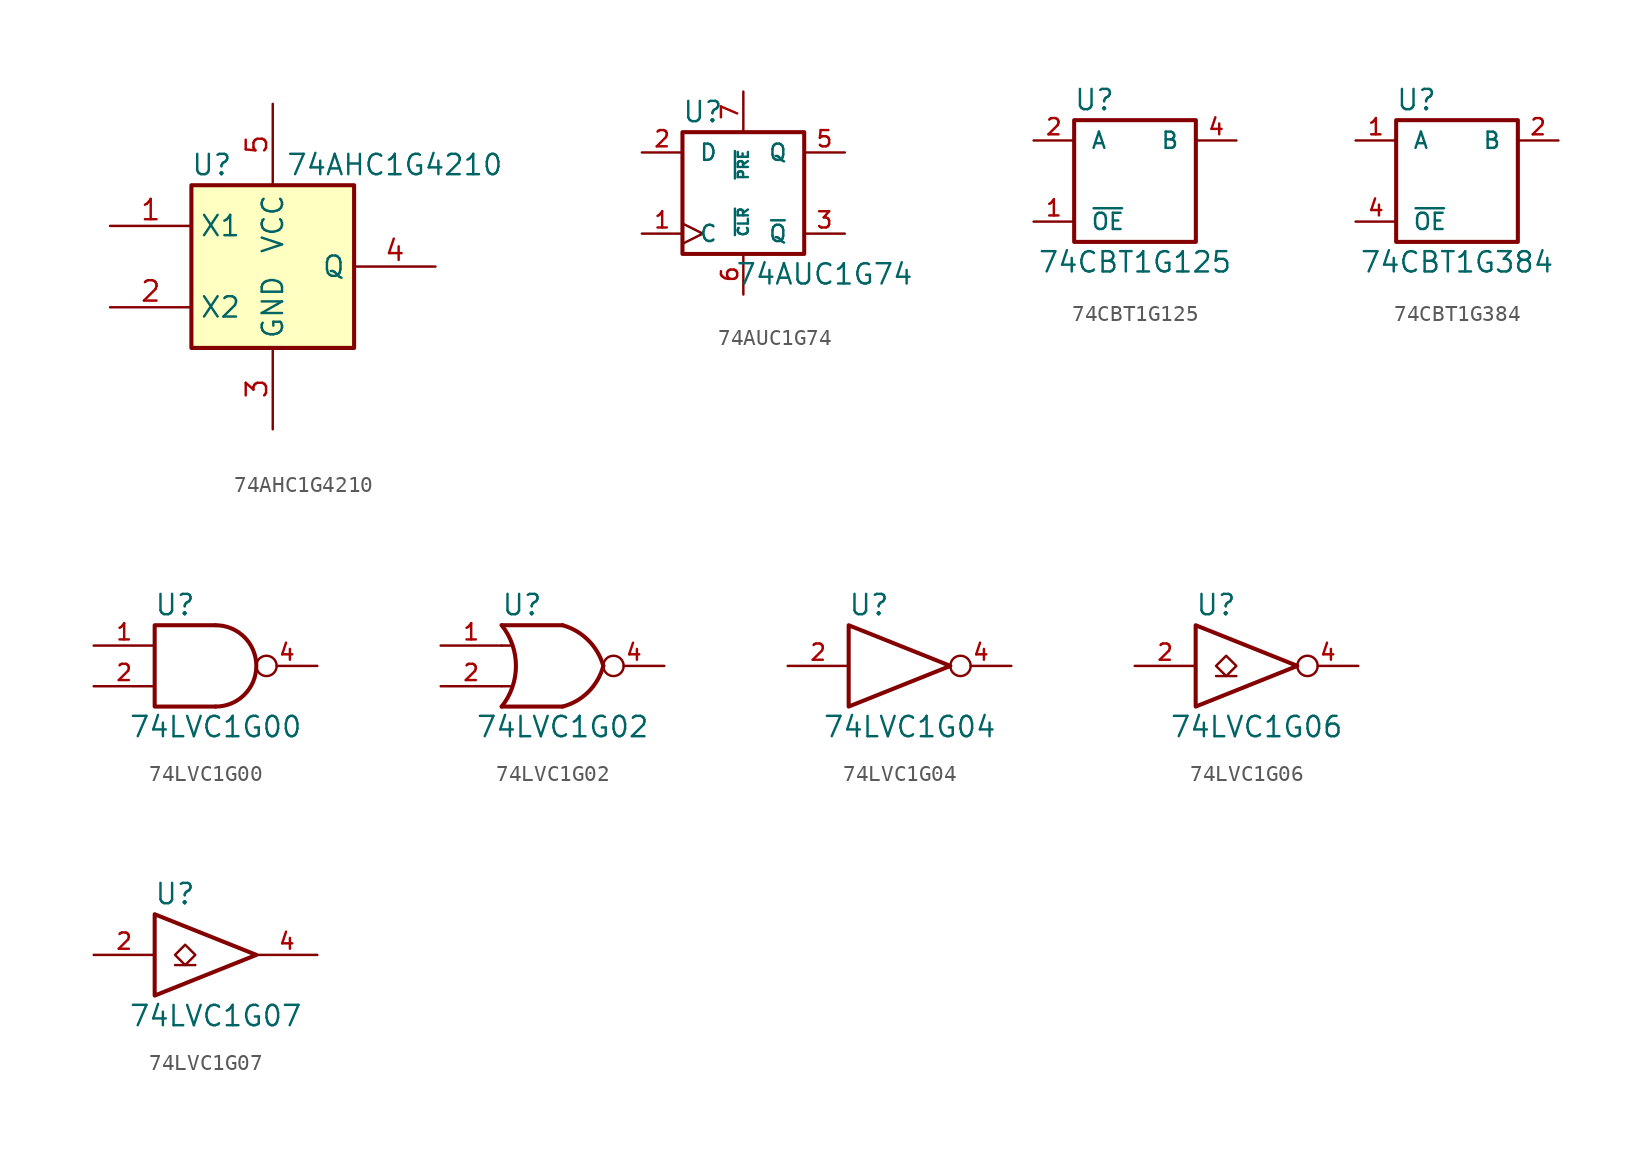
<source format=kicad_sym>
(kicad_symbol_lib
  (version 20201005)
  (generator kicad_symbol_editor)
  (symbol "74xGxx:74AHC1G4210"
    (property "Reference" "U"
      (at -3.81 6.35 0)
      (effects (font (size 1.27 1.27))))
    (property "Value" "74AHC1G4210"
      (at 7.62 6.35 0)
      (effects (font (size 1.27 1.27))))
    (symbol "74AHC1G4210_0_1"
      (rectangle (start -5.08 5.08) (end 5.08 -5.08) (stroke (width 0.254)) (fill (type background))))
    (symbol "74AHC1G4210_1_1"
      (pin input line (at -10.16 2.54 0) (length 5.08) (name "X1" (effects (font (size 1.27 1.27)))) (number "1" (effects (font (size 1.27 1.27)))))
      (pin input line (at -10.16 -2.54 0) (length 5.08) (name "X2" (effects (font (size 1.27 1.27)))) (number "2" (effects (font (size 1.27 1.27)))))
      (pin power_in line (at 0 -10.16 90) (length 5.08) (name "GND" (effects (font (size 1.27 1.27)))) (number "3" (effects (font (size 1.27 1.27)))))
      (pin output line (at 10.16 0 180) (length 5.08) (name "Q" (effects (font (size 1.27 1.27)))) (number "4" (effects (font (size 1.27 1.27)))))
      (pin power_in line (at 0 10.16 270) (length 5.08) (name "VCC" (effects (font (size 1.27 1.27)))) (number "5" (effects (font (size 1.27 1.27)))))))
  (symbol "74xGxx:74AUC1G74"
    (pin_names
      (offset 1.016))
    (property "Reference" "U"
      (at -2.54 5.08 0)
      (effects (font (size 1.27 1.27))))
    (property "Value" "74AUC1G74"
      (at 5.08 -5.08 0)
      (effects (font (size 1.27 1.27))))
    (symbol "74AUC1G74_0_1"
      (rectangle (start -3.81 3.81) (end 3.81 -3.81) (stroke (width 0.254)) (fill (type none))))
    (symbol "74AUC1G74_1_1"
      (pin input clock (at -6.35 -2.54 0) (length 2.54) (name "C" (effects (font (size 1.016 1.016)))) (number "1" (effects (font (size 1.016 1.016)))))
      (pin input line (at -6.35 2.54 0) (length 2.54) (name "D" (effects (font (size 1.016 1.016)))) (number "2" (effects (font (size 1.016 1.016)))))
      (pin output line (at 6.35 -2.54 180) (length 2.54) (name "~Q" (effects (font (size 1.016 1.016)))) (number "3" (effects (font (size 1.016 1.016)))))
      (pin power_in line (at -3.81 -3.81 270) (length 0) hide (name "GND" (effects (font (size 1.016 1.016)))) (number "4" (effects (font (size 1.016 1.016)))))
      (pin output line (at 6.35 2.54 180) (length 2.54) (name "Q" (effects (font (size 1.016 1.016)))) (number "5" (effects (font (size 1.016 1.016)))))
      (pin input line (at 0 -6.35 90) (length 2.54) (name "~CLR" (effects (font (size 0.635 0.635)))) (number "6" (effects (font (size 1.016 1.016)))))
      (pin input line (at 0 6.35 270) (length 2.54) (name "~PRE" (effects (font (size 0.635 0.635)))) (number "7" (effects (font (size 1.016 1.016)))))
      (pin power_in line (at -3.81 3.81 90) (length 0) hide (name "VCC" (effects (font (size 1.016 1.016)))) (number "8" (effects (font (size 1.016 1.016)))))))
  (symbol "74xGxx:74CBT1G125"
    (pin_names
      (offset 1.016))
    (property "Reference" "U"
      (at -2.54 5.08 0)
      (effects (font (size 1.27 1.27))))
    (property "Value" "74CBT1G125"
      (at 0 -5.08 0)
      (effects (font (size 1.27 1.27))))
    (symbol "74CBT1G125_0_1"
      (rectangle (start -3.81 3.81) (end 3.81 -3.81) (stroke (width 0.254)) (fill (type none))))
    (symbol "74CBT1G125_1_1"
      (pin input line (at -6.35 -2.54 0) (length 2.54) (name "~OE" (effects (font (size 1.016 1.016)))) (number "1" (effects (font (size 1.016 1.016)))))
      (pin input line (at -6.35 2.54 0) (length 2.54) (name "A" (effects (font (size 1.016 1.016)))) (number "2" (effects (font (size 1.016 1.016)))))
      (pin power_in line (at 0 -3.81 270) (length 0) hide (name "GND" (effects (font (size 1.016 1.016)))) (number "3" (effects (font (size 1.016 1.016)))))
      (pin tri_state line (at 6.35 2.54 180) (length 2.54) (name "B" (effects (font (size 1.016 1.016)))) (number "4" (effects (font (size 1.016 1.016)))))
      (pin power_in line (at 0 3.81 90) (length 0) hide (name "VCC" (effects (font (size 1.016 1.016)))) (number "5" (effects (font (size 1.016 1.016)))))))
  (symbol "74xGxx:74CBT1G384"
    (pin_names
      (offset 1.016))
    (property "Reference" "U"
      (at -2.54 5.08 0)
      (effects (font (size 1.27 1.27))))
    (property "Value" "74CBT1G384"
      (at 0 -5.08 0)
      (effects (font (size 1.27 1.27))))
    (symbol "74CBT1G384_0_1"
      (rectangle (start -3.81 3.81) (end 3.81 -3.81) (stroke (width 0.254)) (fill (type none))))
    (symbol "74CBT1G384_1_1"
      (pin input line (at -6.35 2.54 0) (length 2.54) (name "A" (effects (font (size 1.016 1.016)))) (number "1" (effects (font (size 1.016 1.016)))))
      (pin tri_state line (at 6.35 2.54 180) (length 2.54) (name "B" (effects (font (size 1.016 1.016)))) (number "2" (effects (font (size 1.016 1.016)))))
      (pin power_in line (at 0 -3.81 270) (length 0) hide (name "GND" (effects (font (size 1.016 1.016)))) (number "3" (effects (font (size 1.016 1.016)))))
      (pin input line (at -6.35 -2.54 0) (length 2.54) (name "~OE" (effects (font (size 1.016 1.016)))) (number "4" (effects (font (size 1.016 1.016)))))
      (pin power_in line (at 0 3.81 90) (length 0) hide (name "VCC" (effects (font (size 1.016 1.016)))) (number "5" (effects (font (size 1.016 1.016)))))))
  (symbol "74xGxx:74LVC1G00"
    (pin_names
      (offset 1.016))
    (property "Reference" "U"
      (at -2.54 3.81 0)
      (effects (font (size 1.27 1.27))))
    (property "Value" "74LVC1G00"
      (at 0 -3.81 0)
      (effects (font (size 1.27 1.27))))
    (symbol "74LVC1G00_0_1"
      (arc (start 0 -2.54) (end 0 2.54) (radius (at 0 0) (length 2.54) (angles -89.9 89.9)) (stroke (width 0.254)) (fill (type none)))
      (polyline (pts (xy 0 -2.54) (xy -3.81 -2.54) (xy -3.81 2.54) (xy 0 2.54)) (stroke (width 0.254)) (fill (type none))))
    (symbol "74LVC1G00_1_1"
      (pin input line (at -7.62 1.27 0) (length 3.81) (name "~" (effects (font (size 1.016 1.016)))) (number "1" (effects (font (size 1.016 1.016)))))
      (pin input line (at -7.62 -1.27 0) (length 3.81) (name "~" (effects (font (size 1.016 1.016)))) (number "2" (effects (font (size 1.016 1.016)))))
      (pin power_in line (at 0 -2.54 270) (length 0) hide (name "GND" (effects (font (size 1.016 1.016)))) (number "3" (effects (font (size 1.016 1.016)))))
      (pin output inverted (at 6.35 0 180) (length 3.81) (name "~" (effects (font (size 1.016 1.016)))) (number "4" (effects (font (size 1.016 1.016)))))
      (pin power_in line (at 0 2.54 90) (length 0) hide (name "VCC" (effects (font (size 1.016 1.016)))) (number "5" (effects (font (size 1.016 1.016)))))))
  (symbol "74xGxx:74LVC1G02"
    (pin_names
      (offset 1.016))
    (property "Reference" "U"
      (at -2.54 3.81 0)
      (effects (font (size 1.27 1.27))))
    (property "Value" "74LVC1G02"
      (at 0 -3.81 0)
      (effects (font (size 1.27 1.27))))
    (symbol "74LVC1G02_0_1"
      (arc (start -3.81 2.54) (end -3.81 -2.54) (radius (at -6.985 0) (length 4.064) (angles 38.6 -38.6)) (stroke (width 0.254)) (fill (type none)))
      (arc (start 0 2.54) (end 2.54 0) (radius (at -0.9652 -0.9398) (length 3.6068) (angles 74.4 15)) (stroke (width 0.254)) (fill (type none)))
      (arc (start 0 -2.54) (end 2.54 0) (radius (at -0.9652 0.9398) (length 3.6068) (angles -74.4 -15)) (stroke (width 0.254)) (fill (type none)))
      (polyline (pts (xy -3.81 -1.27) (xy -3.175 -1.27)) (stroke (width 0)) (fill (type none)))
      (polyline (pts (xy -3.81 1.27) (xy -3.175 1.27)) (stroke (width 0)) (fill (type none)))
      (polyline (pts (xy 0 -2.54) (xy -3.81 -2.54)) (stroke (width 0.254)) (fill (type background)))
      (polyline (pts (xy 0 2.54) (xy -3.81 2.54)) (stroke (width 0.254)) (fill (type background))))
    (symbol "74LVC1G02_1_1"
      (pin input line (at -7.62 1.27 0) (length 3.81) (name "~" (effects (font (size 1.016 1.016)))) (number "1" (effects (font (size 1.016 1.016)))))
      (pin input line (at -7.62 -1.27 0) (length 3.81) (name "~" (effects (font (size 1.016 1.016)))) (number "2" (effects (font (size 1.016 1.016)))))
      (pin power_in line (at 0 -2.54 270) (length 0) hide (name "GND" (effects (font (size 1.016 1.016)))) (number "3" (effects (font (size 1.016 1.016)))))
      (pin output inverted (at 6.35 0 180) (length 3.81) (name "~" (effects (font (size 1.016 1.016)))) (number "4" (effects (font (size 1.016 1.016)))))
      (pin power_in line (at 0 2.54 90) (length 0) hide (name "VCC" (effects (font (size 1.016 1.016)))) (number "5" (effects (font (size 1.016 1.016)))))))
  (symbol "74xGxx:74LVC1G04"
    (pin_names
      (offset 1.016))
    (property "Reference" "U"
      (at -2.54 3.81 0)
      (effects (font (size 1.27 1.27))))
    (property "Value" "74LVC1G04"
      (at 0 -3.81 0)
      (effects (font (size 1.27 1.27))))
    (symbol "74LVC1G04_0_1"
      (polyline (pts (xy -3.81 2.54) (xy -3.81 -2.54) (xy 2.54 0) (xy -3.81 2.54)) (stroke (width 0.254)) (fill (type none))))
    (symbol "74LVC1G04_1_1"
      (pin input line (at -7.62 0 0) (length 3.81) (name "~" (effects (font (size 1.016 1.016)))) (number "2" (effects (font (size 1.016 1.016)))))
      (pin power_in line (at 0 -2.54 270) (length 0) hide (name "GND" (effects (font (size 1.016 1.016)))) (number "3" (effects (font (size 1.016 1.016)))))
      (pin output inverted (at 6.35 0 180) (length 3.81) (name "~" (effects (font (size 1.016 1.016)))) (number "4" (effects (font (size 1.016 1.016)))))
      (pin power_in line (at 0 2.54 90) (length 0) hide (name "VCC" (effects (font (size 1.016 1.016)))) (number "5" (effects (font (size 1.016 1.016)))))))
  (symbol "74xGxx:74LVC1G06"
    (pin_names
      (offset 1.016))
    (property "Reference" "U"
      (at -2.54 3.81 0)
      (effects (font (size 1.27 1.27))))
    (property "Value" "74LVC1G06"
      (at 0 -3.81 0)
      (effects (font (size 1.27 1.27))))
    (symbol "74LVC1G06_0_1"
      (polyline (pts (xy -2.54 -0.635) (xy -1.27 -0.635)) (stroke (width 0)) (fill (type none)))
      (polyline (pts (xy -3.81 2.54) (xy -3.81 -2.54) (xy 2.54 0) (xy -3.81 2.54)) (stroke (width 0.254)) (fill (type none)))
      (polyline (pts (xy -1.905 0.635) (xy -2.54 0) (xy -1.905 -0.635) (xy -1.27 0) (xy -1.905 0.635)) (stroke (width 0)) (fill (type none))))
    (symbol "74LVC1G06_1_1"
      (pin input line (at -7.62 0 0) (length 3.81) (name "~" (effects (font (size 1.016 1.016)))) (number "2" (effects (font (size 1.016 1.016)))))
      (pin power_in line (at 0 -2.54 270) (length 0) hide (name "GND" (effects (font (size 1.016 1.016)))) (number "3" (effects (font (size 1.016 1.016)))))
      (pin open_collector inverted (at 6.35 0 180) (length 3.81) (name "~" (effects (font (size 1.016 1.016)))) (number "4" (effects (font (size 1.016 1.016)))))
      (pin power_in line (at 0 2.54 90) (length 0) hide (name "VCC" (effects (font (size 1.016 1.016)))) (number "5" (effects (font (size 1.016 1.016)))))))
  (symbol "74xGxx:74LVC1G07"
    (pin_names
      (offset 1.016))
    (property "Reference" "U"
      (at -2.54 3.81 0)
      (effects (font (size 1.27 1.27))))
    (property "Value" "74LVC1G07"
      (at 0 -3.81 0)
      (effects (font (size 1.27 1.27))))
    (symbol "74LVC1G07_0_1"
      (polyline (pts (xy -2.54 -0.635) (xy -1.27 -0.635)) (stroke (width 0)) (fill (type none)))
      (polyline (pts (xy -3.81 2.54) (xy -3.81 -2.54) (xy 2.54 0) (xy -3.81 2.54)) (stroke (width 0.254)) (fill (type none)))
      (polyline (pts (xy -1.905 0.635) (xy -2.54 0) (xy -1.905 -0.635) (xy -1.27 0) (xy -1.905 0.635)) (stroke (width 0)) (fill (type none))))
    (symbol "74LVC1G07_1_1"
      (pin input line (at -7.62 0 0) (length 3.81) (name "~" (effects (font (size 1.016 1.016)))) (number "2" (effects (font (size 1.016 1.016)))))
      (pin power_in line (at 0 -2.54 270) (length 0) hide (name "GND" (effects (font (size 1.016 1.016)))) (number "3" (effects (font (size 1.016 1.016)))))
      (pin open_collector line (at 6.35 0 180) (length 3.81) (name "~" (effects (font (size 1.016 1.016)))) (number "4" (effects (font (size 1.016 1.016)))))
      (pin power_in line (at 0 2.54 90) (length 0) hide (name "VCC" (effects (font (size 1.016 1.016)))) (number "5" (effects (font (size 1.016 1.016))))))))
</source>
